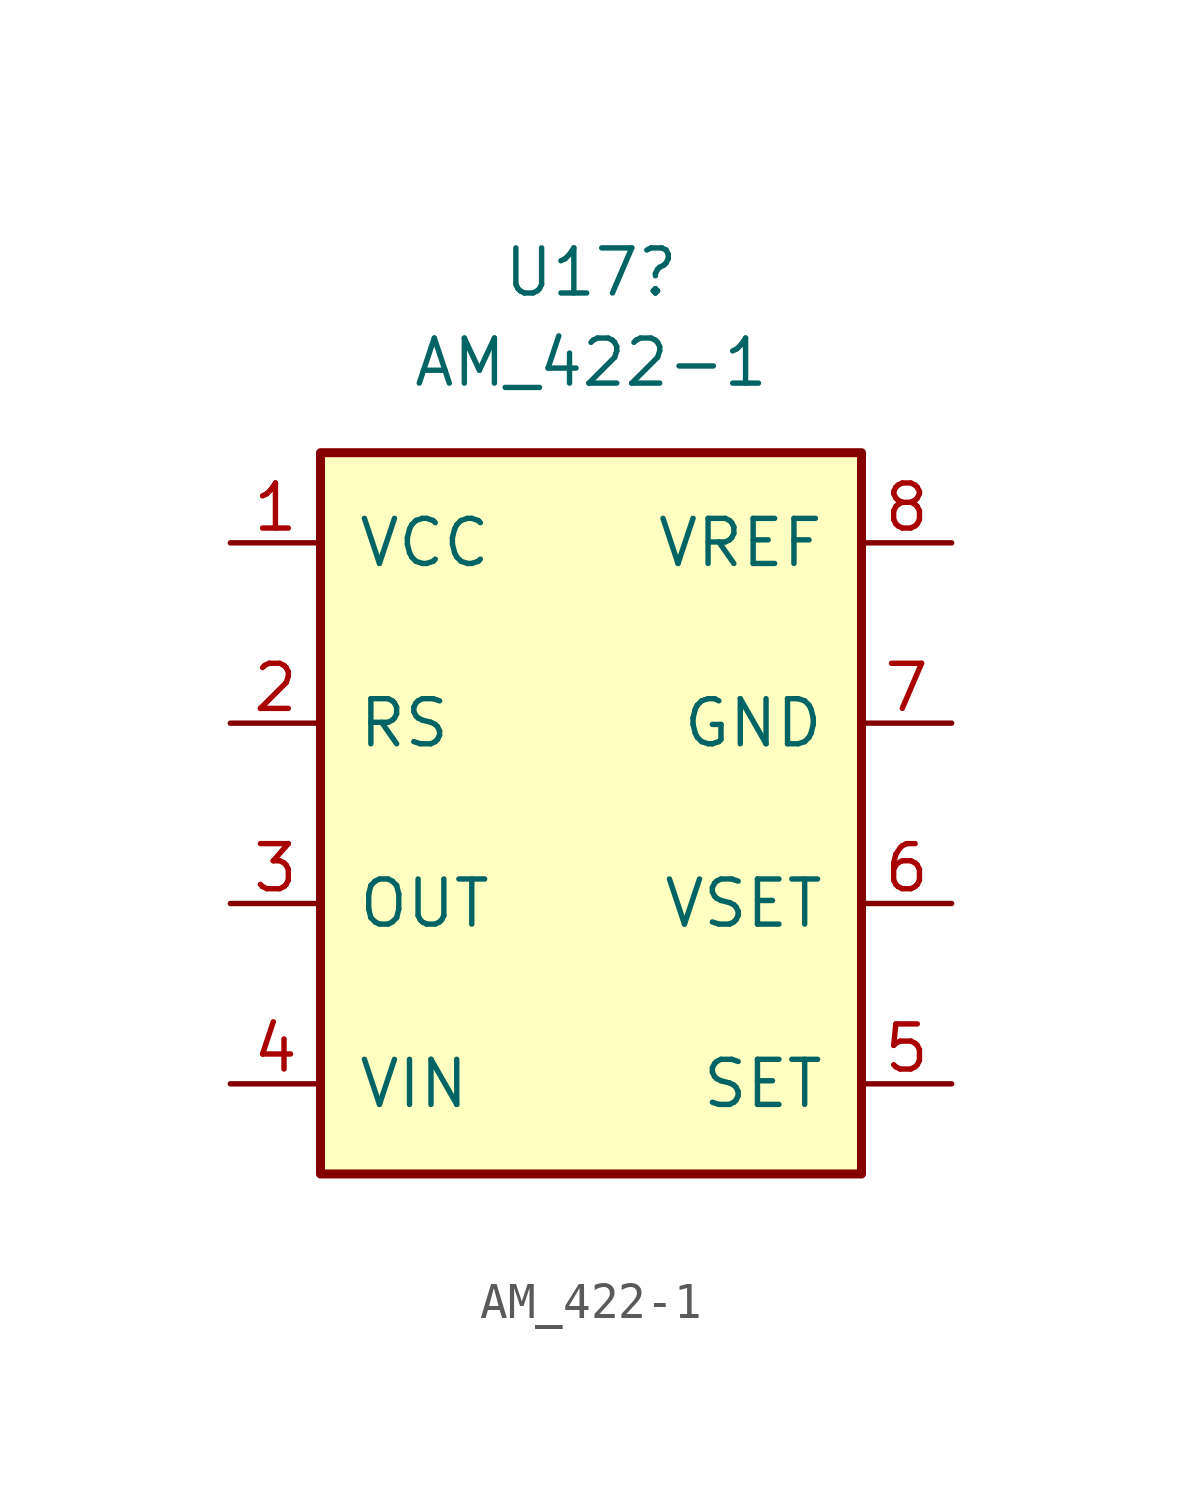
<source format=kicad_sym>
(kicad_symbol_lib
  (version 20211014)
  (generator kicad_symbol_editor)
  (symbol "AM_422-1"
    (pin_names
      (offset 1.016))
    (property "Reference" "U17"
      (at 0 17.78 0)
      (effects (font (size 1.27 1.27))))
    (property "Value" "AM_422-1"
      (at 0 15.24 0)
      (effects (font (size 1.27 1.27))))
    (symbol "AM_422-1_0_1"
      (rectangle (start -7.62 12.7) (end 7.62 -7.62) (stroke (width 0.254) (type default) (color 0 0 0 0)) (fill (type background))))
    (symbol "AM_422-1_1_1"
      (pin output line (at -10.16 10.16 0) (length 2.54) (name "VCC" (effects (font (size 1.27 1.27)))) (number "1" (effects (font (size 1.27 1.27)))))
      (pin input line (at -10.16 5.08 0) (length 2.54) (name "RS" (effects (font (size 1.27 1.27)))) (number "2" (effects (font (size 1.27 1.27)))))
      (pin output line (at -10.16 0 0) (length 2.54) (name "OUT" (effects (font (size 1.27 1.27)))) (number "3" (effects (font (size 1.27 1.27)))))
      (pin input line (at -10.16 -5.08 0) (length 2.54) (name "VIN" (effects (font (size 1.27 1.27)))) (number "4" (effects (font (size 1.27 1.27)))))
      (pin passive line (at 10.16 -5.08 180) (length 2.54) (name "SET" (effects (font (size 1.27 1.27)))) (number "5" (effects (font (size 1.27 1.27)))))
      (pin output line (at 10.16 0 180) (length 2.54) (name "VSET" (effects (font (size 1.27 1.27)))) (number "6" (effects (font (size 1.27 1.27)))))
      (pin output line (at 10.16 5.08 180) (length 2.54) (name "GND" (effects (font (size 1.27 1.27)))) (number "7" (effects (font (size 1.27 1.27)))))
      (pin output line (at 10.16 10.16 180) (length 2.54) (name "VREF" (effects (font (size 1.27 1.27)))) (number "8" (effects (font (size 1.27 1.27))))))))
</source>
